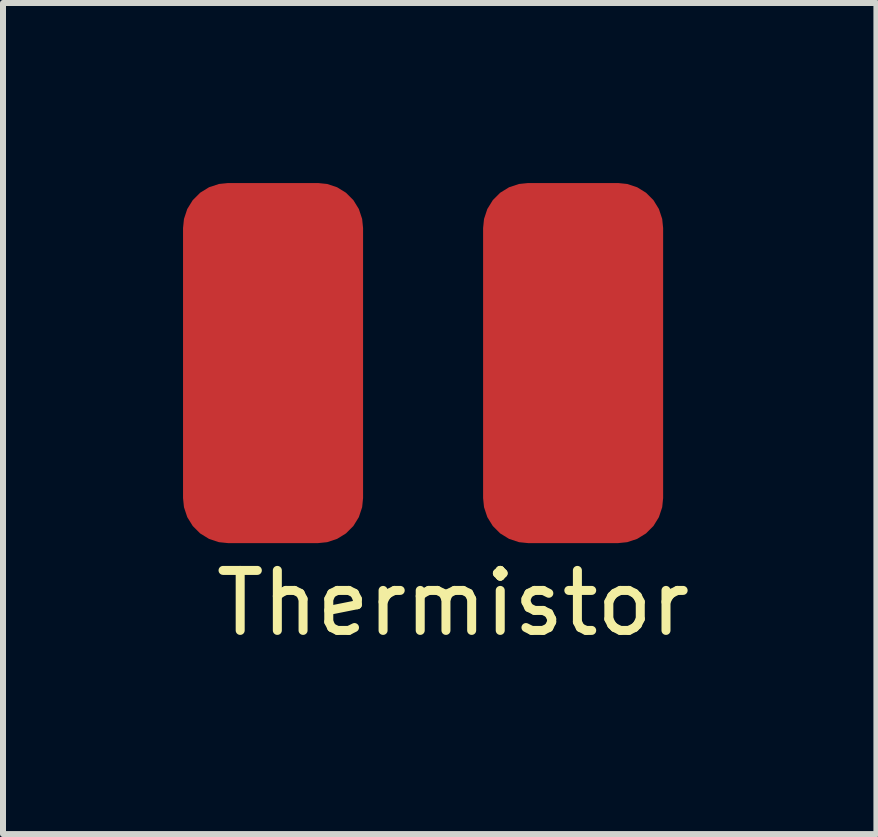
<source format=kicad_pcb>
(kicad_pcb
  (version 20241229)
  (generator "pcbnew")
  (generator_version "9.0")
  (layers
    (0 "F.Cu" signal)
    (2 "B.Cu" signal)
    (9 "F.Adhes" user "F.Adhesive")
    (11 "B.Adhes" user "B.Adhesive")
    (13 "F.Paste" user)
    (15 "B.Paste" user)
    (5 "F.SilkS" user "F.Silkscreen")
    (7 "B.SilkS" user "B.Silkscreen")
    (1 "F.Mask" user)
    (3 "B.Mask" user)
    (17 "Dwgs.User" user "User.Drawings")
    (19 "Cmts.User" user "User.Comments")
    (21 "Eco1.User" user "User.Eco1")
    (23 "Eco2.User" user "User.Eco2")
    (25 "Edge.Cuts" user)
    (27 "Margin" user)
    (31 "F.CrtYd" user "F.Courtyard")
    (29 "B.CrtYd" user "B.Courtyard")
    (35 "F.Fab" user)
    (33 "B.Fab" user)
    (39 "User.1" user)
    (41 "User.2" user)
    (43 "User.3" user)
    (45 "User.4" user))
  (footprint "Thermistor"
    (layer "F.Cu")
    (at 1.5 3)
    (property "Reference" "Thermistor" (at 3 4 0) (layer "F.SilkS") (effects (font (size 1 1) (thickness 0.15))))
    (attr through_hole)
    (pad "1" smd roundrect (at 0 0) (size 3 6) (layers "F.Cu" "F.Mask" "F.Paste") (roundrect_rratio 0.25))
    (pad "2" smd roundrect (at 5 0) (size 3 6) (layers "F.Cu" "F.Mask" "F.Paste") (roundrect_rratio 0.25)))
  (gr_rect
    (start -3 -3)
    (end 11.554 10.848)
    (stroke (width 0.1) (type default))
    (fill no)
    (layer "Edge.Cuts")))
</source>
